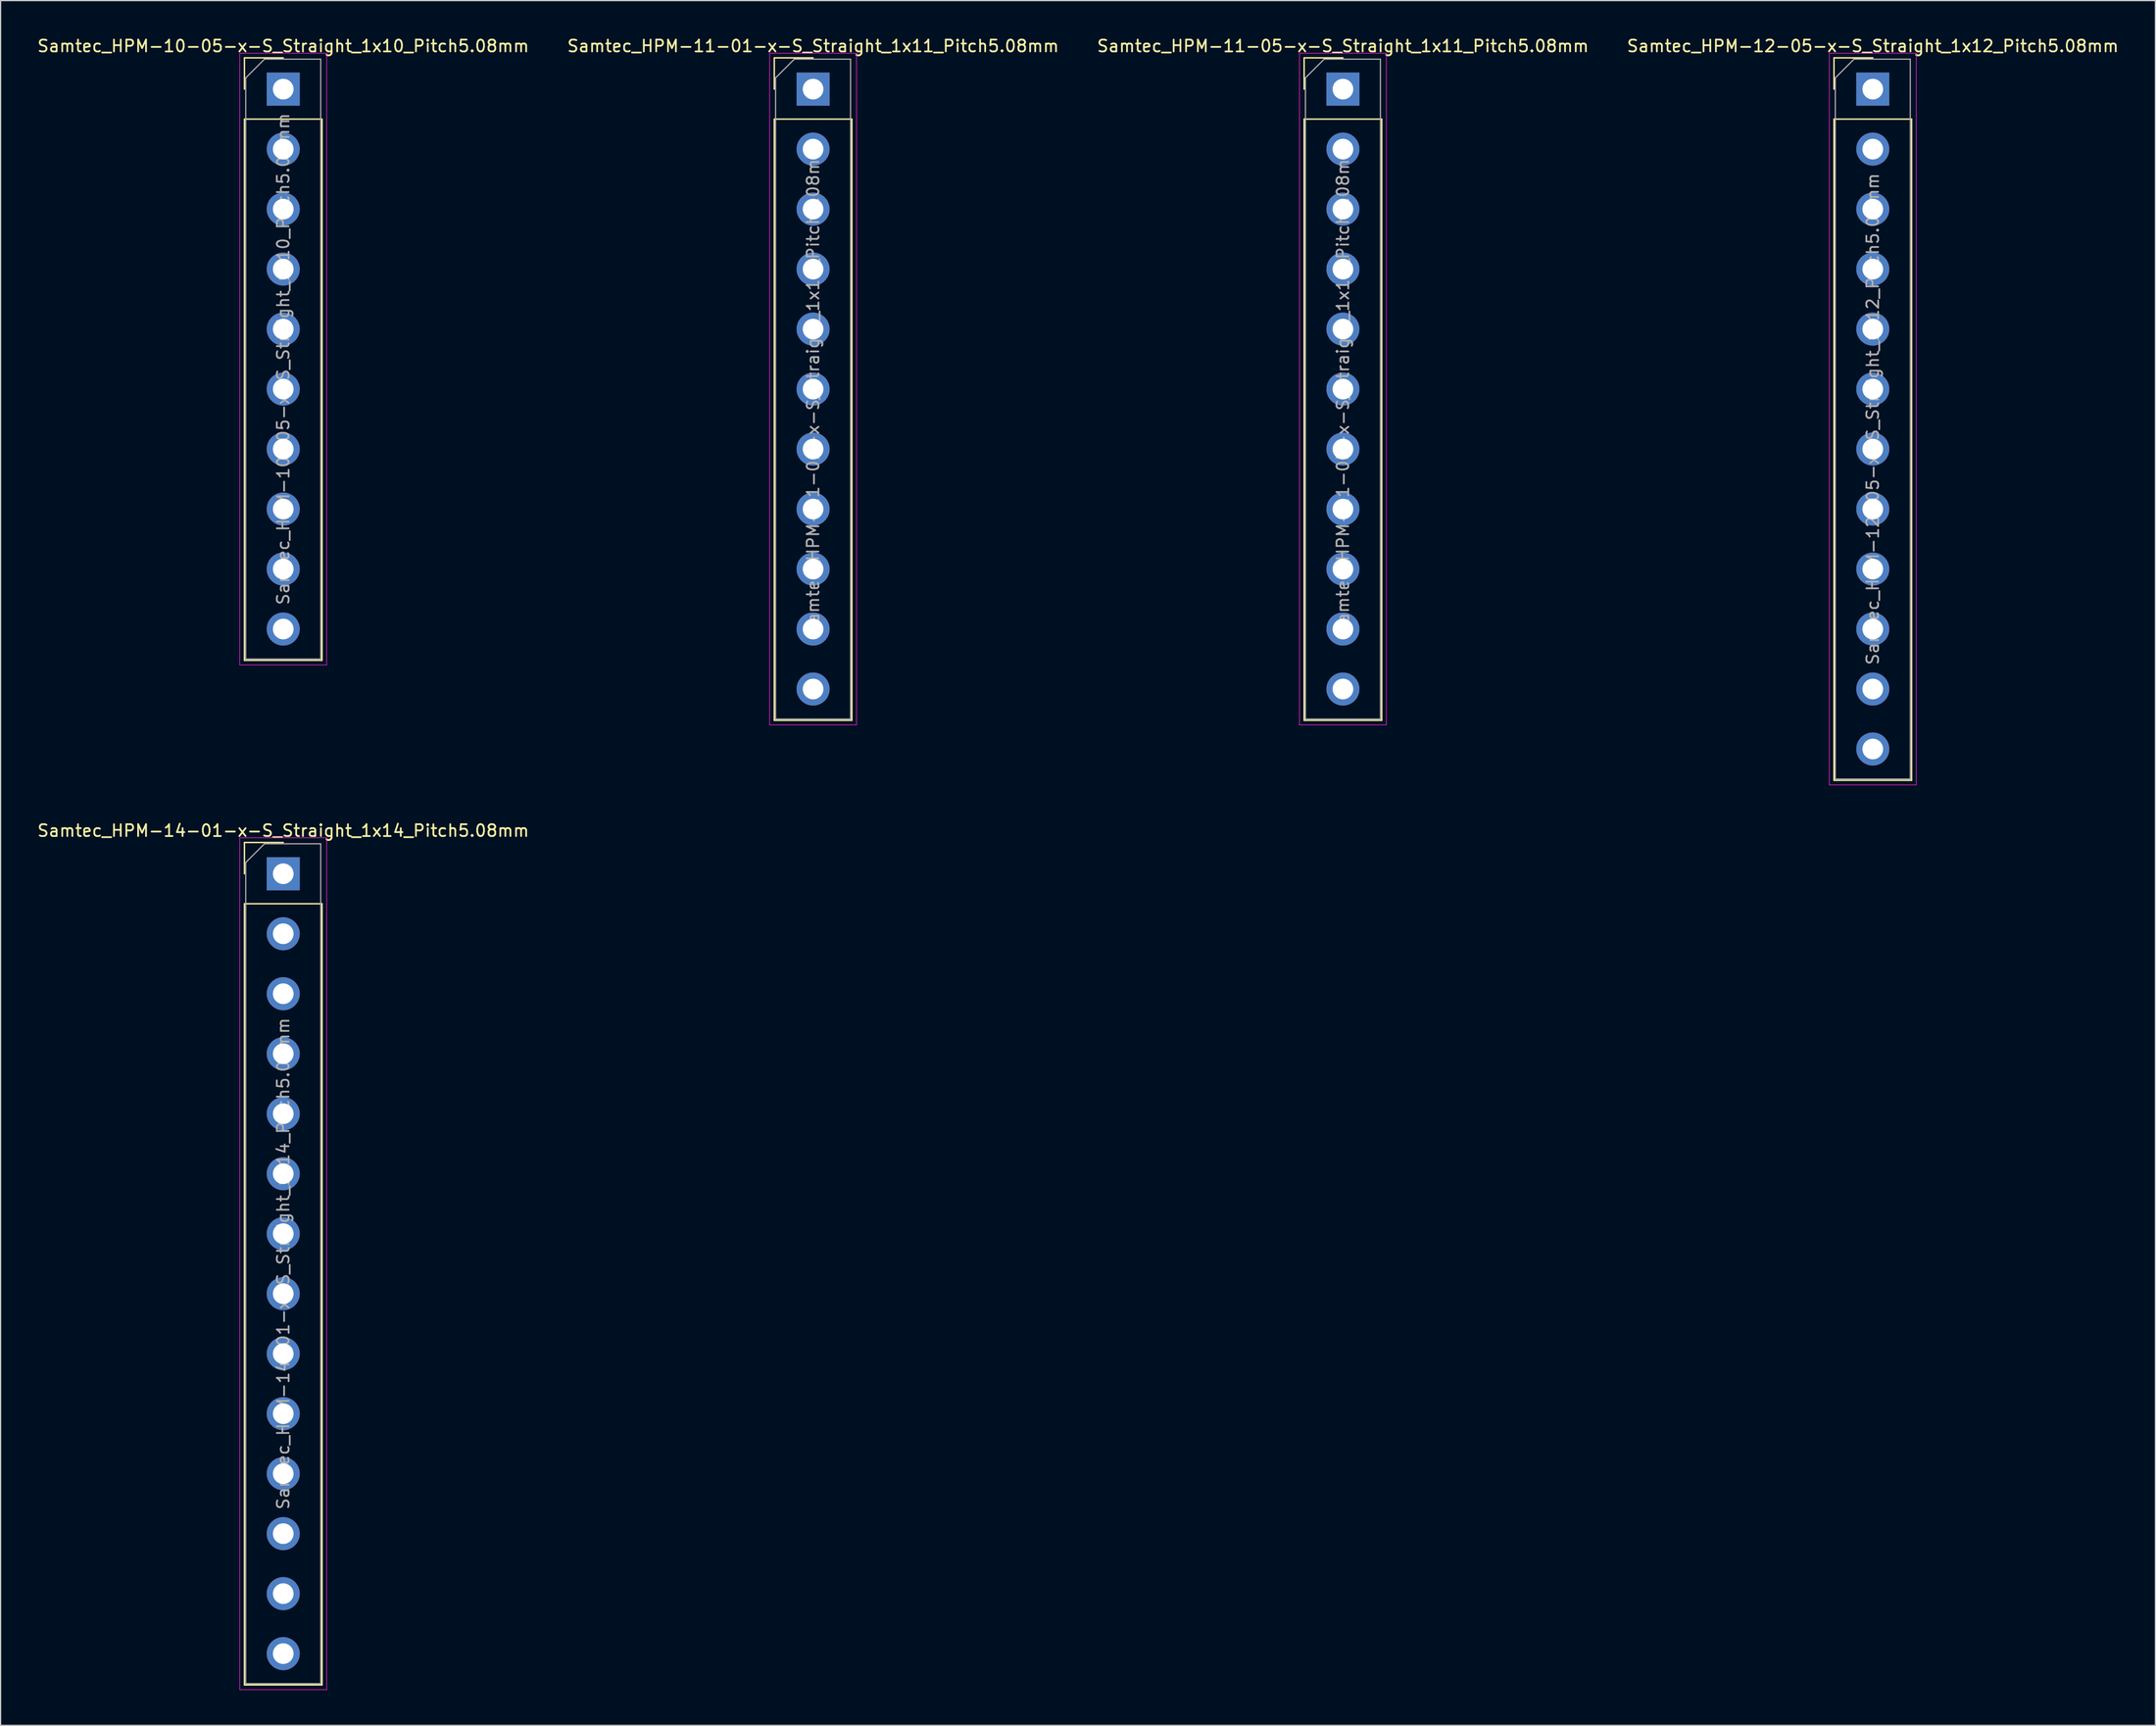
<source format=kicad_pcb>
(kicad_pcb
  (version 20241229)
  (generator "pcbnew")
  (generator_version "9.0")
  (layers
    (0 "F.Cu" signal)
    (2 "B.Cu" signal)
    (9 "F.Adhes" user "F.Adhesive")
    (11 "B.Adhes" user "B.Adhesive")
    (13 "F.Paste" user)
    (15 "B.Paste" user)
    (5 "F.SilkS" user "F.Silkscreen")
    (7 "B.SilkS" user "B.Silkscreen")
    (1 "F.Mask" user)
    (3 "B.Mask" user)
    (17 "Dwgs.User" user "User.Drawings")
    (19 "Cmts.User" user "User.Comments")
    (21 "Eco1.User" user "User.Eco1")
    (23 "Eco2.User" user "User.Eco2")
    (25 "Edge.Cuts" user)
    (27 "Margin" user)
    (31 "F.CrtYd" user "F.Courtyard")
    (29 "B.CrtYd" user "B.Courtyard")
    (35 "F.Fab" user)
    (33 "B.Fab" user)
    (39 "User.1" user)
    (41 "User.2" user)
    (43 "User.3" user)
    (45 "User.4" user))
  (footprint "Samtec_HPM-11-01-x-S_Straight_1x11_Pitch5.08mm"
    (layer "F.Cu")
    (at 65.804 4.498)
    (property "Reference" "Samtec_HPM-11-01-x-S_Straight_1x11_Pitch5.08mm" (at 0 -3.65 0) (layer "F.SilkS") (effects (font (size 1 1) (thickness 0.15))))
    (attr through_hole)
    (fp_line (start -3.285 -2.65) (end 0 -2.65) (stroke (width 0.12) (type solid)) (layer "F.SilkS"))
    (fp_line (start -3.285 0) (end -3.285 -2.65) (stroke (width 0.12) (type solid)) (layer "F.SilkS"))
    (fp_line (start -3.285 2.54) (end -3.285 53.45) (stroke (width 0.12) (type solid)) (layer "F.SilkS"))
    (fp_line (start -3.285 2.54) (end 3.285 2.54) (stroke (width 0.12) (type solid)) (layer "F.SilkS"))
    (fp_line (start -3.285 53.45) (end 3.285 53.45) (stroke (width 0.12) (type solid)) (layer "F.SilkS"))
    (fp_line (start 3.285 2.54) (end 3.285 53.45) (stroke (width 0.12) (type solid)) (layer "F.SilkS"))
    (fp_line (start -3.68 -3.04) (end -3.68 53.84) (stroke (width 0.05) (type solid)) (layer "F.CrtYd"))
    (fp_line (start -3.68 53.84) (end 3.68 53.84) (stroke (width 0.05) (type solid)) (layer "F.CrtYd"))
    (fp_line (start 3.68 -3.04) (end -3.68 -3.04) (stroke (width 0.05) (type solid)) (layer "F.CrtYd"))
    (fp_line (start 3.68 53.84) (end 3.68 -3.04) (stroke (width 0.05) (type solid)) (layer "F.CrtYd"))
    (fp_line (start -3.175 -0.953) (end -1.587 -2.54) (stroke (width 0.1) (type solid)) (layer "F.Fab"))
    (fp_line (start -3.175 53.34) (end -3.175 -0.953) (stroke (width 0.1) (type solid)) (layer "F.Fab"))
    (fp_line (start -1.587 -2.54) (end 3.175 -2.54) (stroke (width 0.1) (type solid)) (layer "F.Fab"))
    (fp_line (start 3.175 -2.54) (end 3.175 53.34) (stroke (width 0.1) (type solid)) (layer "F.Fab"))
    (fp_line (start 3.175 53.34) (end -3.175 53.34) (stroke (width 0.1) (type solid)) (layer "F.Fab"))
    (fp_text user "${REFERENCE}" (at 0 25.4 90) (layer "F.Fab") (effects (font (size 1 1) (thickness 0.15))))
    (pad "1" thru_hole rect (at 0 0) (size 2.8 2.8) (drill 1.75) (layers "*.Cu" "*.Mask"))
    (pad "2" thru_hole circle (at 0 5.08) (size 2.8 2.8) (drill 1.75) (layers "*.Cu" "*.Mask"))
    (pad "3" thru_hole circle (at 0 10.16) (size 2.8 2.8) (drill 1.75) (layers "*.Cu" "*.Mask"))
    (pad "4" thru_hole circle (at 0 15.24) (size 2.8 2.8) (drill 1.75) (layers "*.Cu" "*.Mask"))
    (pad "5" thru_hole circle (at 0 20.32) (size 2.8 2.8) (drill 1.75) (layers "*.Cu" "*.Mask"))
    (pad "6" thru_hole circle (at 0 25.4) (size 2.8 2.8) (drill 1.75) (layers "*.Cu" "*.Mask"))
    (pad "7" thru_hole circle (at 0 30.48) (size 2.8 2.8) (drill 1.75) (layers "*.Cu" "*.Mask"))
    (pad "8" thru_hole circle (at 0 35.56) (size 2.8 2.8) (drill 1.75) (layers "*.Cu" "*.Mask"))
    (pad "9" thru_hole circle (at 0 40.64) (size 2.8 2.8) (drill 1.75) (layers "*.Cu" "*.Mask"))
    (pad "10" thru_hole circle (at 0 45.72) (size 2.8 2.8) (drill 1.75) (layers "*.Cu" "*.Mask"))
    (pad "11" thru_hole circle (at 0 50.8) (size 2.8 2.8) (drill 1.75) (layers "*.Cu" "*.Mask")))
  (footprint "Samtec_HPM-12-05-x-S_Straight_1x12_Pitch5.08mm"
    (layer "F.Cu")
    (at 155.542 4.498)
    (property "Reference" "Samtec_HPM-12-05-x-S_Straight_1x12_Pitch5.08mm" (at 0 -3.65 0) (layer "F.SilkS") (effects (font (size 1 1) (thickness 0.15))))
    (attr through_hole)
    (fp_line (start -3.285 -2.65) (end 0 -2.65) (stroke (width 0.12) (type solid)) (layer "F.SilkS"))
    (fp_line (start -3.285 0) (end -3.285 -2.65) (stroke (width 0.12) (type solid)) (layer "F.SilkS"))
    (fp_line (start -3.285 2.54) (end -3.285 58.53) (stroke (width 0.12) (type solid)) (layer "F.SilkS"))
    (fp_line (start -3.285 2.54) (end 3.285 2.54) (stroke (width 0.12) (type solid)) (layer "F.SilkS"))
    (fp_line (start -3.285 58.53) (end 3.285 58.53) (stroke (width 0.12) (type solid)) (layer "F.SilkS"))
    (fp_line (start 3.285 2.54) (end 3.285 58.53) (stroke (width 0.12) (type solid)) (layer "F.SilkS"))
    (fp_line (start -3.68 -3.04) (end -3.68 58.92) (stroke (width 0.05) (type solid)) (layer "F.CrtYd"))
    (fp_line (start -3.68 58.92) (end 3.68 58.92) (stroke (width 0.05) (type solid)) (layer "F.CrtYd"))
    (fp_line (start 3.68 -3.04) (end -3.68 -3.04) (stroke (width 0.05) (type solid)) (layer "F.CrtYd"))
    (fp_line (start 3.68 58.92) (end 3.68 -3.04) (stroke (width 0.05) (type solid)) (layer "F.CrtYd"))
    (fp_line (start -3.175 -0.953) (end -1.587 -2.54) (stroke (width 0.1) (type solid)) (layer "F.Fab"))
    (fp_line (start -3.175 58.42) (end -3.175 -0.953) (stroke (width 0.1) (type solid)) (layer "F.Fab"))
    (fp_line (start -1.587 -2.54) (end 3.175 -2.54) (stroke (width 0.1) (type solid)) (layer "F.Fab"))
    (fp_line (start 3.175 -2.54) (end 3.175 58.42) (stroke (width 0.1) (type solid)) (layer "F.Fab"))
    (fp_line (start 3.175 58.42) (end -3.175 58.42) (stroke (width 0.1) (type solid)) (layer "F.Fab"))
    (fp_text user "${REFERENCE}" (at 0 27.94 90) (layer "F.Fab") (effects (font (size 1 1) (thickness 0.15))))
    (pad "1" thru_hole rect (at 0 0) (size 2.8 2.8) (drill 1.75) (layers "*.Cu" "*.Mask"))
    (pad "2" thru_hole circle (at 0 5.08) (size 2.8 2.8) (drill 1.75) (layers "*.Cu" "*.Mask"))
    (pad "3" thru_hole circle (at 0 10.16) (size 2.8 2.8) (drill 1.75) (layers "*.Cu" "*.Mask"))
    (pad "4" thru_hole circle (at 0 15.24) (size 2.8 2.8) (drill 1.75) (layers "*.Cu" "*.Mask"))
    (pad "5" thru_hole circle (at 0 20.32) (size 2.8 2.8) (drill 1.75) (layers "*.Cu" "*.Mask"))
    (pad "6" thru_hole circle (at 0 25.4) (size 2.8 2.8) (drill 1.75) (layers "*.Cu" "*.Mask"))
    (pad "7" thru_hole circle (at 0 30.48) (size 2.8 2.8) (drill 1.75) (layers "*.Cu" "*.Mask"))
    (pad "8" thru_hole circle (at 0 35.56) (size 2.8 2.8) (drill 1.75) (layers "*.Cu" "*.Mask"))
    (pad "9" thru_hole circle (at 0 40.64) (size 2.8 2.8) (drill 1.75) (layers "*.Cu" "*.Mask"))
    (pad "10" thru_hole circle (at 0 45.72) (size 2.8 2.8) (drill 1.75) (layers "*.Cu" "*.Mask"))
    (pad "11" thru_hole circle (at 0 50.8) (size 2.8 2.8) (drill 1.75) (layers "*.Cu" "*.Mask"))
    (pad "12" thru_hole circle (at 0 55.88) (size 2.8 2.8) (drill 1.75) (layers "*.Cu" "*.Mask")))
  (footprint "Samtec_HPM-11-05-x-S_Straight_1x11_Pitch5.08mm"
    (layer "F.Cu")
    (at 110.673 4.498)
    (property "Reference" "Samtec_HPM-11-05-x-S_Straight_1x11_Pitch5.08mm" (at 0 -3.65 0) (layer "F.SilkS") (effects (font (size 1 1) (thickness 0.15))))
    (attr through_hole)
    (fp_line (start -3.285 -2.65) (end 0 -2.65) (stroke (width 0.12) (type solid)) (layer "F.SilkS"))
    (fp_line (start -3.285 0) (end -3.285 -2.65) (stroke (width 0.12) (type solid)) (layer "F.SilkS"))
    (fp_line (start -3.285 2.54) (end -3.285 53.45) (stroke (width 0.12) (type solid)) (layer "F.SilkS"))
    (fp_line (start -3.285 2.54) (end 3.285 2.54) (stroke (width 0.12) (type solid)) (layer "F.SilkS"))
    (fp_line (start -3.285 53.45) (end 3.285 53.45) (stroke (width 0.12) (type solid)) (layer "F.SilkS"))
    (fp_line (start 3.285 2.54) (end 3.285 53.45) (stroke (width 0.12) (type solid)) (layer "F.SilkS"))
    (fp_line (start -3.68 -3.04) (end -3.68 53.84) (stroke (width 0.05) (type solid)) (layer "F.CrtYd"))
    (fp_line (start -3.68 53.84) (end 3.68 53.84) (stroke (width 0.05) (type solid)) (layer "F.CrtYd"))
    (fp_line (start 3.68 -3.04) (end -3.68 -3.04) (stroke (width 0.05) (type solid)) (layer "F.CrtYd"))
    (fp_line (start 3.68 53.84) (end 3.68 -3.04) (stroke (width 0.05) (type solid)) (layer "F.CrtYd"))
    (fp_line (start -3.175 -0.953) (end -1.587 -2.54) (stroke (width 0.1) (type solid)) (layer "F.Fab"))
    (fp_line (start -3.175 53.34) (end -3.175 -0.953) (stroke (width 0.1) (type solid)) (layer "F.Fab"))
    (fp_line (start -1.587 -2.54) (end 3.175 -2.54) (stroke (width 0.1) (type solid)) (layer "F.Fab"))
    (fp_line (start 3.175 -2.54) (end 3.175 53.34) (stroke (width 0.1) (type solid)) (layer "F.Fab"))
    (fp_line (start 3.175 53.34) (end -3.175 53.34) (stroke (width 0.1) (type solid)) (layer "F.Fab"))
    (fp_text user "${REFERENCE}" (at 0 25.4 90) (layer "F.Fab") (effects (font (size 1 1) (thickness 0.15))))
    (pad "1" thru_hole rect (at 0 0) (size 2.8 2.8) (drill 1.75) (layers "*.Cu" "*.Mask"))
    (pad "2" thru_hole circle (at 0 5.08) (size 2.8 2.8) (drill 1.75) (layers "*.Cu" "*.Mask"))
    (pad "3" thru_hole circle (at 0 10.16) (size 2.8 2.8) (drill 1.75) (layers "*.Cu" "*.Mask"))
    (pad "4" thru_hole circle (at 0 15.24) (size 2.8 2.8) (drill 1.75) (layers "*.Cu" "*.Mask"))
    (pad "5" thru_hole circle (at 0 20.32) (size 2.8 2.8) (drill 1.75) (layers "*.Cu" "*.Mask"))
    (pad "6" thru_hole circle (at 0 25.4) (size 2.8 2.8) (drill 1.75) (layers "*.Cu" "*.Mask"))
    (pad "7" thru_hole circle (at 0 30.48) (size 2.8 2.8) (drill 1.75) (layers "*.Cu" "*.Mask"))
    (pad "8" thru_hole circle (at 0 35.56) (size 2.8 2.8) (drill 1.75) (layers "*.Cu" "*.Mask"))
    (pad "9" thru_hole circle (at 0 40.64) (size 2.8 2.8) (drill 1.75) (layers "*.Cu" "*.Mask"))
    (pad "10" thru_hole circle (at 0 45.72) (size 2.8 2.8) (drill 1.75) (layers "*.Cu" "*.Mask"))
    (pad "11" thru_hole circle (at 0 50.8) (size 2.8 2.8) (drill 1.75) (layers "*.Cu" "*.Mask")))
  (footprint "Samtec_HPM-14-01-x-S_Straight_1x14_Pitch5.08mm"
    (layer "F.Cu")
    (at 20.935 70.942)
    (property "Reference" "Samtec_HPM-14-01-x-S_Straight_1x14_Pitch5.08mm" (at 0 -3.65 0) (layer "F.SilkS") (effects (font (size 1 1) (thickness 0.15))))
    (attr through_hole)
    (fp_line (start -3.285 -2.65) (end 0 -2.65) (stroke (width 0.12) (type solid)) (layer "F.SilkS"))
    (fp_line (start -3.285 0) (end -3.285 -2.65) (stroke (width 0.12) (type solid)) (layer "F.SilkS"))
    (fp_line (start -3.285 2.54) (end -3.285 68.69) (stroke (width 0.12) (type solid)) (layer "F.SilkS"))
    (fp_line (start -3.285 2.54) (end 3.285 2.54) (stroke (width 0.12) (type solid)) (layer "F.SilkS"))
    (fp_line (start -3.285 68.69) (end 3.285 68.69) (stroke (width 0.12) (type solid)) (layer "F.SilkS"))
    (fp_line (start 3.285 2.54) (end 3.285 68.69) (stroke (width 0.12) (type solid)) (layer "F.SilkS"))
    (fp_line (start -3.68 -3.05) (end -3.68 69.09) (stroke (width 0.05) (type solid)) (layer "F.CrtYd"))
    (fp_line (start -3.68 69.09) (end 3.68 69.09) (stroke (width 0.05) (type solid)) (layer "F.CrtYd"))
    (fp_line (start 3.68 -3.05) (end -3.68 -3.05) (stroke (width 0.05) (type solid)) (layer "F.CrtYd"))
    (fp_line (start 3.68 69.09) (end 3.68 -3.05) (stroke (width 0.05) (type solid)) (layer "F.CrtYd"))
    (fp_line (start -3.175 -0.953) (end -1.587 -2.54) (stroke (width 0.1) (type solid)) (layer "F.Fab"))
    (fp_line (start -3.175 68.58) (end -3.175 -0.953) (stroke (width 0.1) (type solid)) (layer "F.Fab"))
    (fp_line (start -1.587 -2.54) (end 3.175 -2.54) (stroke (width 0.1) (type solid)) (layer "F.Fab"))
    (fp_line (start 3.175 -2.54) (end 3.175 68.58) (stroke (width 0.1) (type solid)) (layer "F.Fab"))
    (fp_line (start 3.175 68.58) (end -3.175 68.58) (stroke (width 0.1) (type solid)) (layer "F.Fab"))
    (fp_text user "${REFERENCE}" (at 0 33.02 90) (layer "F.Fab") (effects (font (size 1 1) (thickness 0.15))))
    (pad "1" thru_hole rect (at 0 0) (size 2.8 2.8) (drill 1.75) (layers "*.Cu" "*.Mask"))
    (pad "2" thru_hole circle (at 0 5.08) (size 2.8 2.8) (drill 1.75) (layers "*.Cu" "*.Mask"))
    (pad "3" thru_hole circle (at 0 10.16) (size 2.8 2.8) (drill 1.75) (layers "*.Cu" "*.Mask"))
    (pad "4" thru_hole circle (at 0 15.24) (size 2.8 2.8) (drill 1.75) (layers "*.Cu" "*.Mask"))
    (pad "5" thru_hole circle (at 0 20.32) (size 2.8 2.8) (drill 1.75) (layers "*.Cu" "*.Mask"))
    (pad "6" thru_hole circle (at 0 25.4) (size 2.8 2.8) (drill 1.75) (layers "*.Cu" "*.Mask"))
    (pad "7" thru_hole circle (at 0 30.48) (size 2.8 2.8) (drill 1.75) (layers "*.Cu" "*.Mask"))
    (pad "8" thru_hole circle (at 0 35.56) (size 2.8 2.8) (drill 1.75) (layers "*.Cu" "*.Mask"))
    (pad "9" thru_hole circle (at 0 40.64) (size 2.8 2.8) (drill 1.75) (layers "*.Cu" "*.Mask"))
    (pad "10" thru_hole circle (at 0 45.72) (size 2.8 2.8) (drill 1.75) (layers "*.Cu" "*.Mask"))
    (pad "11" thru_hole circle (at 0 50.8) (size 2.8 2.8) (drill 1.75) (layers "*.Cu" "*.Mask"))
    (pad "12" thru_hole circle (at 0 55.88) (size 2.8 2.8) (drill 1.75) (layers "*.Cu" "*.Mask"))
    (pad "13" thru_hole circle (at 0 60.96) (size 2.8 2.8) (drill 1.75) (layers "*.Cu" "*.Mask"))
    (pad "14" thru_hole circle (at 0 66.04) (size 2.8 2.8) (drill 1.75) (layers "*.Cu" "*.Mask")))
  (footprint "Samtec_HPM-10-05-x-S_Straight_1x10_Pitch5.08mm"
    (layer "F.Cu")
    (at 20.935 4.498)
    (property "Reference" "Samtec_HPM-10-05-x-S_Straight_1x10_Pitch5.08mm" (at 0 -3.65 0) (layer "F.SilkS") (effects (font (size 1 1) (thickness 0.15))))
    (attr through_hole)
    (fp_line (start -3.285 -2.65) (end 0 -2.65) (stroke (width 0.12) (type solid)) (layer "F.SilkS"))
    (fp_line (start -3.285 0) (end -3.285 -2.65) (stroke (width 0.12) (type solid)) (layer "F.SilkS"))
    (fp_line (start -3.285 2.54) (end -3.285 48.37) (stroke (width 0.12) (type solid)) (layer "F.SilkS"))
    (fp_line (start -3.285 2.54) (end 3.285 2.54) (stroke (width 0.12) (type solid)) (layer "F.SilkS"))
    (fp_line (start -3.285 48.37) (end 3.285 48.37) (stroke (width 0.12) (type solid)) (layer "F.SilkS"))
    (fp_line (start 3.285 2.54) (end 3.285 48.37) (stroke (width 0.12) (type solid)) (layer "F.SilkS"))
    (fp_line (start -3.68 -3.04) (end -3.68 48.76) (stroke (width 0.05) (type solid)) (layer "F.CrtYd"))
    (fp_line (start -3.68 48.76) (end 3.68 48.76) (stroke (width 0.05) (type solid)) (layer "F.CrtYd"))
    (fp_line (start 3.68 -3.04) (end -3.68 -3.04) (stroke (width 0.05) (type solid)) (layer "F.CrtYd"))
    (fp_line (start 3.68 48.76) (end 3.68 -3.04) (stroke (width 0.05) (type solid)) (layer "F.CrtYd"))
    (fp_line (start -3.175 -0.953) (end -1.587 -2.54) (stroke (width 0.1) (type solid)) (layer "F.Fab"))
    (fp_line (start -3.175 48.26) (end -3.175 -0.953) (stroke (width 0.1) (type solid)) (layer "F.Fab"))
    (fp_line (start -1.587 -2.54) (end 3.175 -2.54) (stroke (width 0.1) (type solid)) (layer "F.Fab"))
    (fp_line (start 3.175 -2.54) (end 3.175 48.26) (stroke (width 0.1) (type solid)) (layer "F.Fab"))
    (fp_line (start 3.175 48.26) (end -3.175 48.26) (stroke (width 0.1) (type solid)) (layer "F.Fab"))
    (fp_text user "${REFERENCE}" (at 0 22.86 90) (layer "F.Fab") (effects (font (size 1 1) (thickness 0.15))))
    (pad "1" thru_hole rect (at 0 0) (size 2.8 2.8) (drill 1.75) (layers "*.Cu" "*.Mask"))
    (pad "2" thru_hole circle (at 0 5.08) (size 2.8 2.8) (drill 1.75) (layers "*.Cu" "*.Mask"))
    (pad "3" thru_hole circle (at 0 10.16) (size 2.8 2.8) (drill 1.75) (layers "*.Cu" "*.Mask"))
    (pad "4" thru_hole circle (at 0 15.24) (size 2.8 2.8) (drill 1.75) (layers "*.Cu" "*.Mask"))
    (pad "5" thru_hole circle (at 0 20.32) (size 2.8 2.8) (drill 1.75) (layers "*.Cu" "*.Mask"))
    (pad "6" thru_hole circle (at 0 25.4) (size 2.8 2.8) (drill 1.75) (layers "*.Cu" "*.Mask"))
    (pad "7" thru_hole circle (at 0 30.48) (size 2.8 2.8) (drill 1.75) (layers "*.Cu" "*.Mask"))
    (pad "8" thru_hole circle (at 0 35.56) (size 2.8 2.8) (drill 1.75) (layers "*.Cu" "*.Mask"))
    (pad "9" thru_hole circle (at 0 40.64) (size 2.8 2.8) (drill 1.75) (layers "*.Cu" "*.Mask"))
    (pad "10" thru_hole circle (at 0 45.72) (size 2.8 2.8) (drill 1.75) (layers "*.Cu" "*.Mask")))
  (gr_rect
    (start -3 -3)
    (end 179.476 143.056)
    (stroke (width 0.1) (type default))
    (fill no)
    (layer "Edge.Cuts")))
</source>
